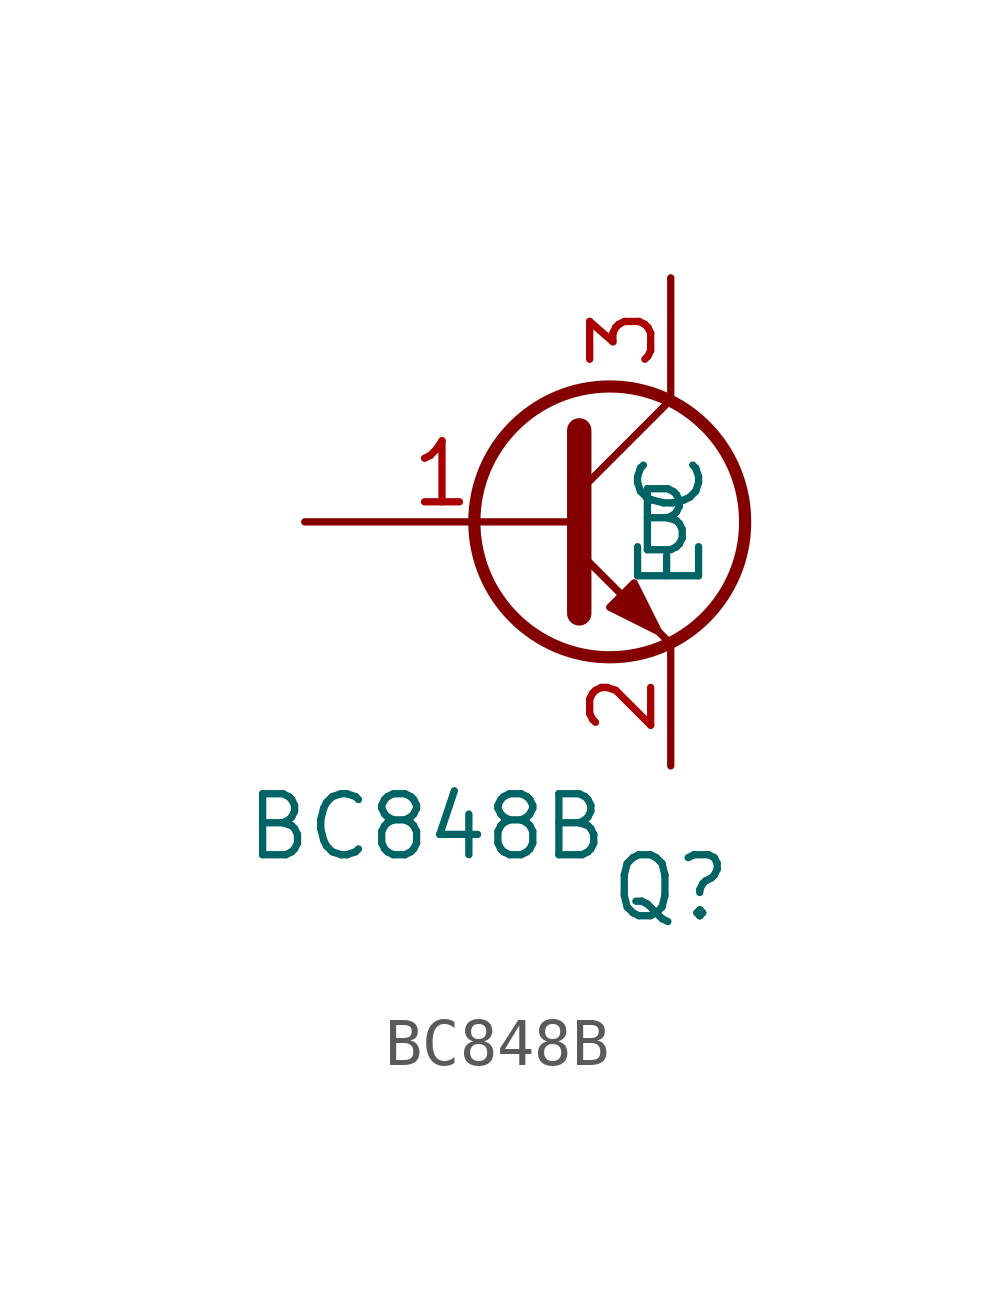
<source format=kicad_sym>
(kicad_symbol_lib
  (version 20220914)
  (generator kicad_symbol_editor)
  (symbol "BC848B"
    (pin_names
      (offset 1.016))
    (property "Reference" "Q"
      (at 0 -7.62 0)
      (effects (font (size 1.27 1.27))))
    (property "Value" "BC848B"
      (at -5.08 -6.35 0)
      (effects (font (size 1.27 1.27))))
    (symbol "BC848B_1_1"
      (circle (center -1.27 0) (radius 2.819) (stroke (width 0.254) (type default)) (fill (type none)))
      (polyline (pts (xy -1.905 0.635) (xy 0 2.54)) (stroke (width 0) (type default)) (fill (type none)))
      (polyline (pts (xy -1.905 -0.635) (xy 0 -2.54) (xy 0 -2.54)) (stroke (width 0) (type default)) (fill (type none)))
      (polyline (pts (xy -1.905 1.905) (xy -1.905 -1.905) (xy -1.905 -1.905)) (stroke (width 0.508) (type default)) (fill (type none)))
      (polyline (pts (xy -1.27 -1.778) (xy -0.762 -1.27) (xy -0.254 -2.286) (xy -1.27 -1.778) (xy -1.27 -1.778)) (stroke (width 0) (type default)) (fill (type outline)))
      (pin passive line (at -7.62 0 0) (length 5.715) (name "B" (effects (font (size 1.27 1.27)))) (number "1" (effects (font (size 1.27 1.27)))))
      (pin passive line (at 0 -5.08 90) (length 2.54) (name "E" (effects (font (size 1.27 1.27)))) (number "2" (effects (font (size 1.27 1.27)))))
      (pin passive line (at 0 5.08 270) (length 2.54) (name "C" (effects (font (size 1.27 1.27)))) (number "3" (effects (font (size 1.27 1.27))))))))
</source>
